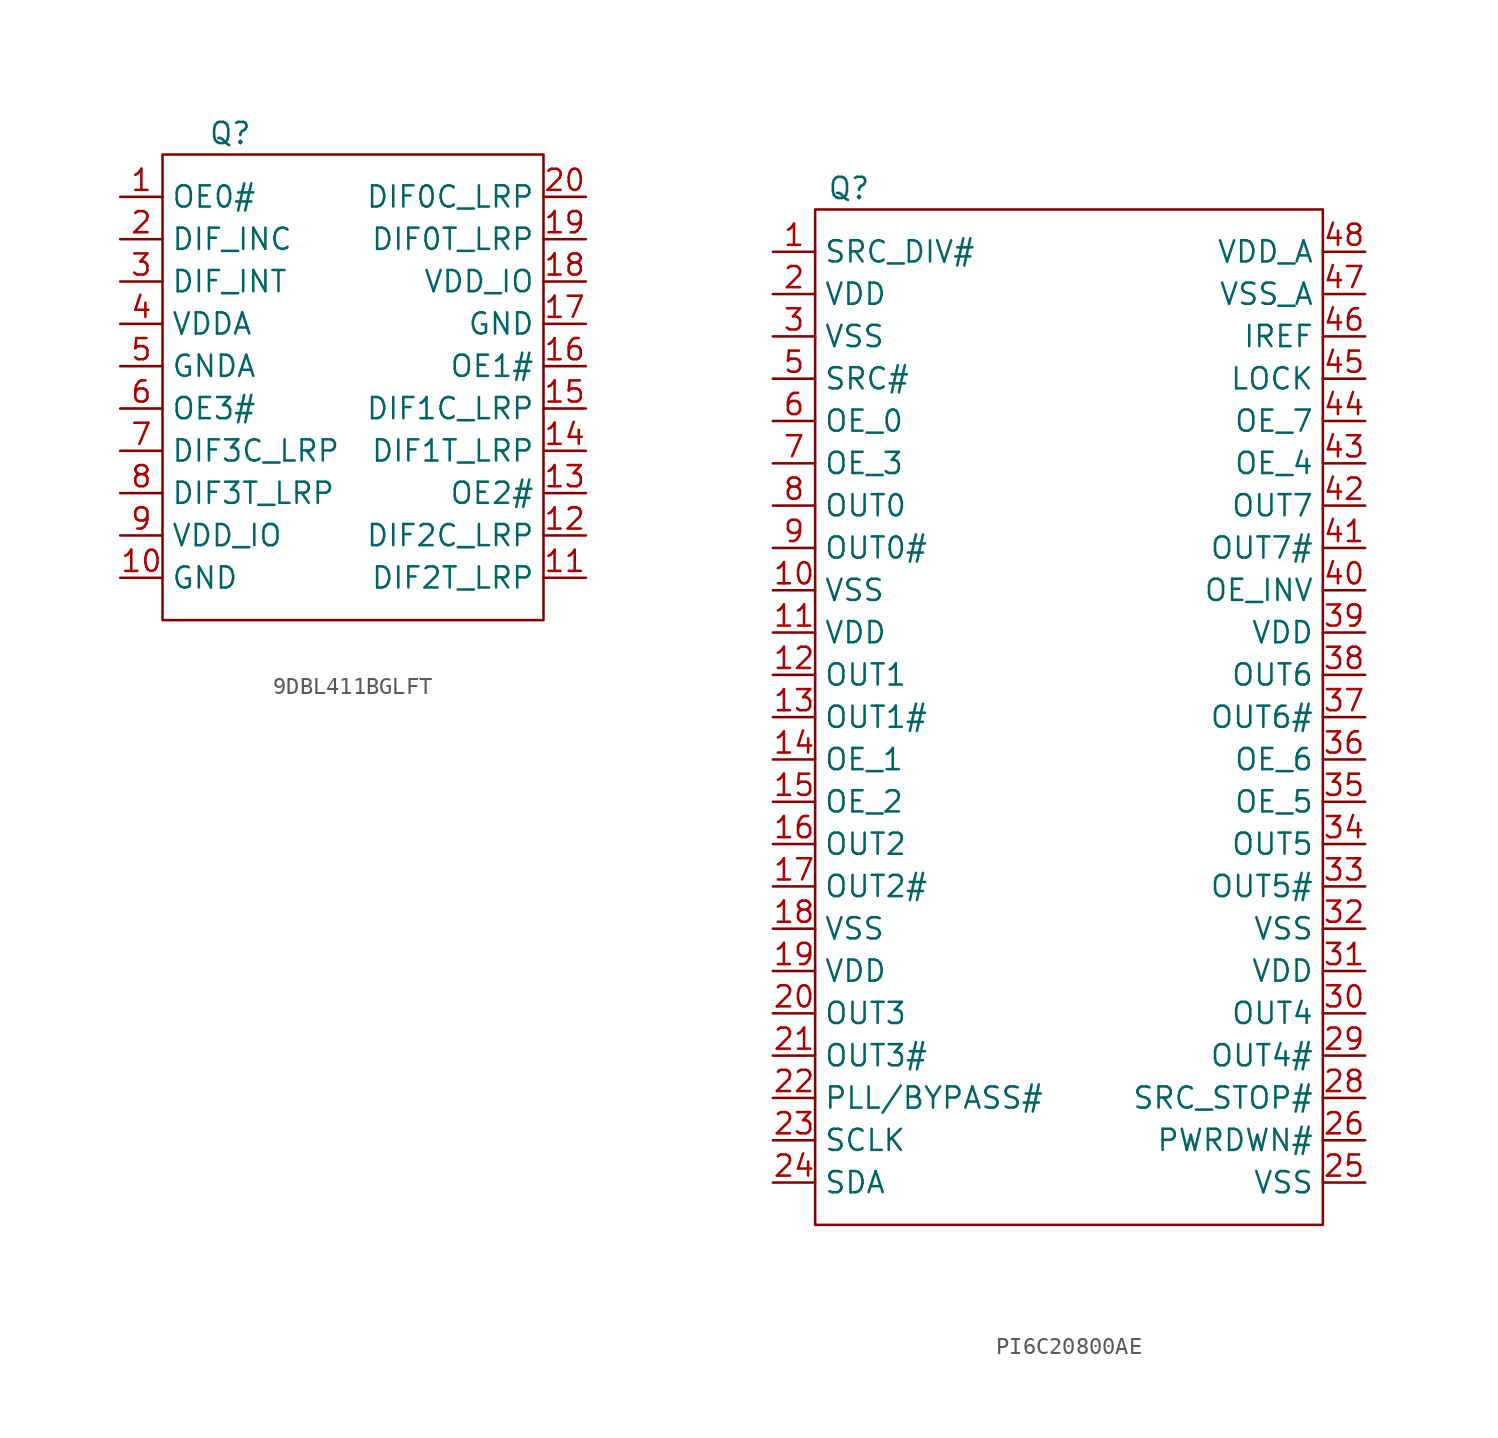
<source format=kicad_sym>
(kicad_symbol_lib
  (version 20231120)
  (generator "kicad_symbol_editor")
  (generator_version "8.0")
  (symbol "9DBL411BGLFT"
    (property "Reference" "Q"
      (at -7.366 13.97 0)
      (effects (font (size 1.27 1.27))))
    (property "Value" ""
      (at -2.54 0 0)
      (effects (font (size 1.27 1.27))))
    (symbol "9DBL411BGLFT_1_1"
      (rectangle (start -11.43 12.7) (end 11.43 -15.24) (stroke (width 0) (type default)) (fill (type none)))
      (pin input line (at -13.97 10.16 0) (length 2.54) (name "OE0#" (effects (font (size 1.27 1.27)))) (number "1" (effects (font (size 1.27 1.27)))))
      (pin power_in line (at -13.97 -12.7 0) (length 2.54) (name "GND" (effects (font (size 1.27 1.27)))) (number "10" (effects (font (size 1.27 1.27)))))
      (pin output line (at 13.97 -12.7 180) (length 2.54) (name "DIF2T_LRP" (effects (font (size 1.27 1.27)))) (number "11" (effects (font (size 1.27 1.27)))))
      (pin output line (at 13.97 -10.16 180) (length 2.54) (name "DIF2C_LRP" (effects (font (size 1.27 1.27)))) (number "12" (effects (font (size 1.27 1.27)))))
      (pin input line (at 13.97 -7.62 180) (length 2.54) (name "OE2#" (effects (font (size 1.27 1.27)))) (number "13" (effects (font (size 1.27 1.27)))))
      (pin output line (at 13.97 -5.08 180) (length 2.54) (name "DIF1T_LRP" (effects (font (size 1.27 1.27)))) (number "14" (effects (font (size 1.27 1.27)))))
      (pin output line (at 13.97 -2.54 180) (length 2.54) (name "DIF1C_LRP" (effects (font (size 1.27 1.27)))) (number "15" (effects (font (size 1.27 1.27)))))
      (pin input line (at 13.97 0 180) (length 2.54) (name "OE1#" (effects (font (size 1.27 1.27)))) (number "16" (effects (font (size 1.27 1.27)))))
      (pin power_in line (at 13.97 2.54 180) (length 2.54) (name "GND" (effects (font (size 1.27 1.27)))) (number "17" (effects (font (size 1.27 1.27)))))
      (pin power_in line (at 13.97 5.08 180) (length 2.54) (name "VDD_IO" (effects (font (size 1.27 1.27)))) (number "18" (effects (font (size 1.27 1.27)))))
      (pin output line (at 13.97 7.62 180) (length 2.54) (name "DIF0T_LRP" (effects (font (size 1.27 1.27)))) (number "19" (effects (font (size 1.27 1.27)))))
      (pin input line (at -13.97 7.62 0) (length 2.54) (name "DIF_INC" (effects (font (size 1.27 1.27)))) (number "2" (effects (font (size 1.27 1.27)))))
      (pin output line (at 13.97 10.16 180) (length 2.54) (name "DIF0C_LRP" (effects (font (size 1.27 1.27)))) (number "20" (effects (font (size 1.27 1.27)))))
      (pin input line (at -13.97 5.08 0) (length 2.54) (name "DIF_INT" (effects (font (size 1.27 1.27)))) (number "3" (effects (font (size 1.27 1.27)))))
      (pin power_in line (at -13.97 2.54 0) (length 2.54) (name "VDDA" (effects (font (size 1.27 1.27)))) (number "4" (effects (font (size 1.27 1.27)))))
      (pin power_in line (at -13.97 0 0) (length 2.54) (name "GNDA" (effects (font (size 1.27 1.27)))) (number "5" (effects (font (size 1.27 1.27)))))
      (pin input line (at -13.97 -2.54 0) (length 2.54) (name "OE3#" (effects (font (size 1.27 1.27)))) (number "6" (effects (font (size 1.27 1.27)))))
      (pin output line (at -13.97 -5.08 0) (length 2.54) (name "DIF3C_LRP" (effects (font (size 1.27 1.27)))) (number "7" (effects (font (size 1.27 1.27)))))
      (pin output line (at -13.97 -7.62 0) (length 2.54) (name "DIF3T_LRP" (effects (font (size 1.27 1.27)))) (number "8" (effects (font (size 1.27 1.27)))))
      (pin power_in line (at -13.97 -10.16 0) (length 2.54) (name "VDD_IO" (effects (font (size 1.27 1.27)))) (number "9" (effects (font (size 1.27 1.27)))))))
  (symbol "PI6C20800AE"
    (property "Reference" "Q"
      (at -13.208 31.75 0)
      (effects (font (size 1.27 1.27))))
    (symbol "PI6C20800AE_0_1"
      (rectangle (start -15.24 30.48) (end 15.24 -30.48) (stroke (width 0) (type default)) (fill (type none))))
    (symbol "PI6C20800AE_1_1"
      (pin input line (at -17.78 27.94 0) (length 2.54) (name "SRC_DIV#" (effects (font (size 1.27 1.27)))) (number "1" (effects (font (size 1.27 1.27)))))
      (pin power_in line (at -17.78 7.62 0) (length 2.54) (name "VSS" (effects (font (size 1.27 1.27)))) (number "10" (effects (font (size 1.27 1.27)))))
      (pin power_in line (at -17.78 5.08 0) (length 2.54) (name "VDD" (effects (font (size 1.27 1.27)))) (number "11" (effects (font (size 1.27 1.27)))))
      (pin output line (at -17.78 2.54 0) (length 2.54) (name "OUT1" (effects (font (size 1.27 1.27)))) (number "12" (effects (font (size 1.27 1.27)))))
      (pin output line (at -17.78 0 0) (length 2.54) (name "OUT1#" (effects (font (size 1.27 1.27)))) (number "13" (effects (font (size 1.27 1.27)))))
      (pin input line (at -17.78 -2.54 0) (length 2.54) (name "OE_1" (effects (font (size 1.27 1.27)))) (number "14" (effects (font (size 1.27 1.27)))))
      (pin input line (at -17.78 -5.08 0) (length 2.54) (name "OE_2" (effects (font (size 1.27 1.27)))) (number "15" (effects (font (size 1.27 1.27)))))
      (pin output line (at -17.78 -7.62 0) (length 2.54) (name "OUT2" (effects (font (size 1.27 1.27)))) (number "16" (effects (font (size 1.27 1.27)))))
      (pin output line (at -17.78 -10.16 0) (length 2.54) (name "OUT2#" (effects (font (size 1.27 1.27)))) (number "17" (effects (font (size 1.27 1.27)))))
      (pin power_in line (at -17.78 -12.7 0) (length 2.54) (name "VSS" (effects (font (size 1.27 1.27)))) (number "18" (effects (font (size 1.27 1.27)))))
      (pin power_in line (at -17.78 -15.24 0) (length 2.54) (name "VDD" (effects (font (size 1.27 1.27)))) (number "19" (effects (font (size 1.27 1.27)))))
      (pin power_in line (at -17.78 25.4 0) (length 2.54) (name "VDD" (effects (font (size 1.27 1.27)))) (number "2" (effects (font (size 1.27 1.27)))))
      (pin output line (at -17.78 -17.78 0) (length 2.54) (name "OUT3" (effects (font (size 1.27 1.27)))) (number "20" (effects (font (size 1.27 1.27)))))
      (pin output line (at -17.78 -20.32 0) (length 2.54) (name "OUT3#" (effects (font (size 1.27 1.27)))) (number "21" (effects (font (size 1.27 1.27)))))
      (pin input line (at -17.78 -22.86 0) (length 2.54) (name "PLL/BYPASS#" (effects (font (size 1.27 1.27)))) (number "22" (effects (font (size 1.27 1.27)))))
      (pin input line (at -17.78 -25.4 0) (length 2.54) (name "SCLK" (effects (font (size 1.27 1.27)))) (number "23" (effects (font (size 1.27 1.27)))))
      (pin input line (at -17.78 -27.94 0) (length 2.54) (name "SDA" (effects (font (size 1.27 1.27)))) (number "24" (effects (font (size 1.27 1.27)))))
      (pin power_in line (at 17.78 -27.94 180) (length 2.54) (name "VSS" (effects (font (size 1.27 1.27)))) (number "25" (effects (font (size 1.27 1.27)))))
      (pin input line (at 17.78 -25.4 180) (length 2.54) (name "PWRDWN#" (effects (font (size 1.27 1.27)))) (number "26" (effects (font (size 1.27 1.27)))))
      (pin input line (at 17.78 -22.86 180) (length 2.54) (name "SRC_STOP#" (effects (font (size 1.27 1.27)))) (number "28" (effects (font (size 1.27 1.27)))))
      (pin output line (at 17.78 -20.32 180) (length 2.54) (name "OUT4#" (effects (font (size 1.27 1.27)))) (number "29" (effects (font (size 1.27 1.27)))))
      (pin power_in line (at -17.78 22.86 0) (length 2.54) (name "VSS" (effects (font (size 1.27 1.27)))) (number "3" (effects (font (size 1.27 1.27)))))
      (pin output line (at 17.78 -17.78 180) (length 2.54) (name "OUT4" (effects (font (size 1.27 1.27)))) (number "30" (effects (font (size 1.27 1.27)))))
      (pin power_in line (at 17.78 -15.24 180) (length 2.54) (name "VDD" (effects (font (size 1.27 1.27)))) (number "31" (effects (font (size 1.27 1.27)))))
      (pin power_in line (at 17.78 -12.7 180) (length 2.54) (name "VSS" (effects (font (size 1.27 1.27)))) (number "32" (effects (font (size 1.27 1.27)))))
      (pin output line (at 17.78 -10.16 180) (length 2.54) (name "OUT5#" (effects (font (size 1.27 1.27)))) (number "33" (effects (font (size 1.27 1.27)))))
      (pin output line (at 17.78 -7.62 180) (length 2.54) (name "OUT5" (effects (font (size 1.27 1.27)))) (number "34" (effects (font (size 1.27 1.27)))))
      (pin input line (at 17.78 -5.08 180) (length 2.54) (name "OE_5" (effects (font (size 1.27 1.27)))) (number "35" (effects (font (size 1.27 1.27)))))
      (pin input line (at 17.78 -2.54 180) (length 2.54) (name "OE_6" (effects (font (size 1.27 1.27)))) (number "36" (effects (font (size 1.27 1.27)))))
      (pin output line (at 17.78 0 180) (length 2.54) (name "OUT6#" (effects (font (size 1.27 1.27)))) (number "37" (effects (font (size 1.27 1.27)))))
      (pin output line (at 17.78 2.54 180) (length 2.54) (name "OUT6" (effects (font (size 1.27 1.27)))) (number "38" (effects (font (size 1.27 1.27)))))
      (pin power_in line (at 17.78 5.08 180) (length 2.54) (name "VDD" (effects (font (size 1.27 1.27)))) (number "39" (effects (font (size 1.27 1.27)))))
      (pin input line (at 17.78 7.62 180) (length 2.54) (name "OE_INV" (effects (font (size 1.27 1.27)))) (number "40" (effects (font (size 1.27 1.27)))))
      (pin output line (at 17.78 10.16 180) (length 2.54) (name "OUT7#" (effects (font (size 1.27 1.27)))) (number "41" (effects (font (size 1.27 1.27)))))
      (pin output line (at 17.78 12.7 180) (length 2.54) (name "OUT7" (effects (font (size 1.27 1.27)))) (number "42" (effects (font (size 1.27 1.27)))))
      (pin input line (at 17.78 15.24 180) (length 2.54) (name "OE_4" (effects (font (size 1.27 1.27)))) (number "43" (effects (font (size 1.27 1.27)))))
      (pin input line (at 17.78 17.78 180) (length 2.54) (name "OE_7" (effects (font (size 1.27 1.27)))) (number "44" (effects (font (size 1.27 1.27)))))
      (pin input line (at 17.78 20.32 180) (length 2.54) (name "LOCK" (effects (font (size 1.27 1.27)))) (number "45" (effects (font (size 1.27 1.27)))))
      (pin input line (at 17.78 22.86 180) (length 2.54) (name "IREF" (effects (font (size 1.27 1.27)))) (number "46" (effects (font (size 1.27 1.27)))))
      (pin power_in line (at 17.78 25.4 180) (length 2.54) (name "VSS_A" (effects (font (size 1.27 1.27)))) (number "47" (effects (font (size 1.27 1.27)))))
      (pin power_in line (at 17.78 27.94 180) (length 2.54) (name "VDD_A" (effects (font (size 1.27 1.27)))) (number "48" (effects (font (size 1.27 1.27)))))
      (pin input line (at -17.78 20.32 0) (length 2.54) (name "SRC#" (effects (font (size 1.27 1.27)))) (number "5" (effects (font (size 1.27 1.27)))))
      (pin input line (at -17.78 17.78 0) (length 2.54) (name "OE_0" (effects (font (size 1.27 1.27)))) (number "6" (effects (font (size 1.27 1.27)))))
      (pin input line (at -17.78 15.24 0) (length 2.54) (name "OE_3" (effects (font (size 1.27 1.27)))) (number "7" (effects (font (size 1.27 1.27)))))
      (pin output line (at -17.78 12.7 0) (length 2.54) (name "OUT0" (effects (font (size 1.27 1.27)))) (number "8" (effects (font (size 1.27 1.27)))))
      (pin output line (at -17.78 10.16 0) (length 2.54) (name "OUT0#" (effects (font (size 1.27 1.27)))) (number "9" (effects (font (size 1.27 1.27))))))))
</source>
